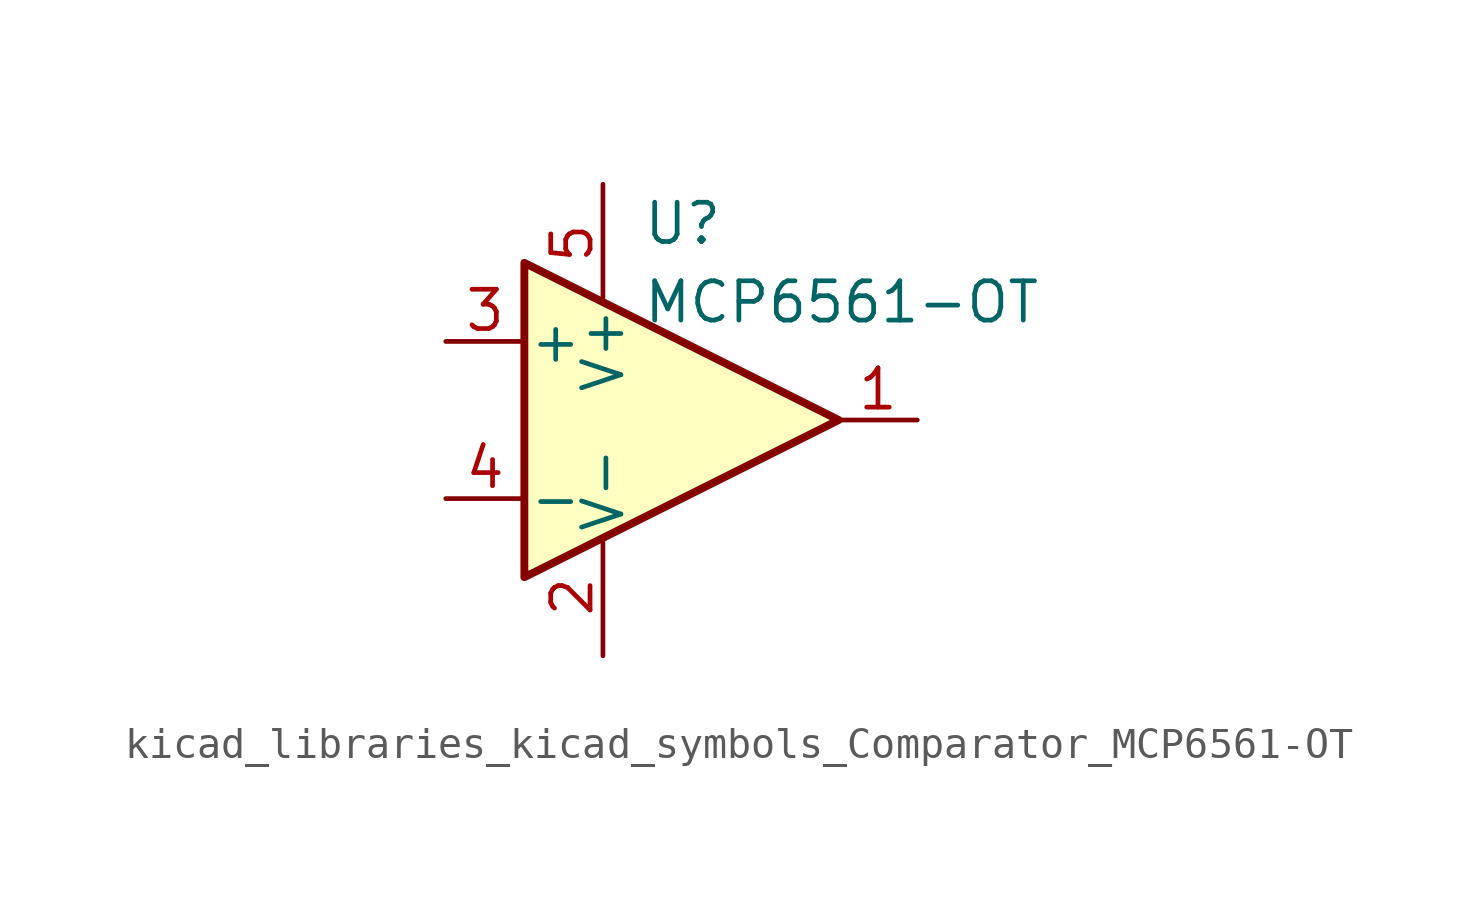
<source format=kicad_sym>
(kicad_symbol_lib
  (version 20220914)
  (generator kicad_symbol_editor)
  (symbol "kicad_libraries_kicad_symbols_Comparator_MCP6561-OT"
    (pin_names
      (offset 0.127))
    (property "Reference" "U"
      (at -1.27 6.35 0)
      (effects (font (size 1.27 1.27)) (justify left)))
    (property "Value" "MCP6561-OT"
      (at -1.27 3.81 0)
      (effects (font (size 1.27 1.27)) (justify left)))
    (symbol "kicad_libraries_kicad_symbols_Comparator_MCP6561-OT_0_1"
      (polyline (pts (xy -5.08 5.08) (xy 5.08 0) (xy -5.08 -5.08) (xy -5.08 5.08)) (stroke (width 0.254) (type default)) (fill (type background)))
      (pin power_in line (at -2.54 -7.62 90) (length 3.81) (name "V-" (effects (font (size 1.27 1.27)))) (number "2" (effects (font (size 1.27 1.27)))))
      (pin power_in line (at -2.54 7.62 270) (length 3.81) (name "V+" (effects (font (size 1.27 1.27)))) (number "5" (effects (font (size 1.27 1.27))))))
    (symbol "kicad_libraries_kicad_symbols_Comparator_MCP6561-OT_1_1"
      (pin output line (at 7.62 0 180) (length 2.54) (name "~" (effects (font (size 1.27 1.27)))) (number "1" (effects (font (size 1.27 1.27)))))
      (pin input line (at -7.62 2.54 0) (length 2.54) (name "+" (effects (font (size 1.27 1.27)))) (number "3" (effects (font (size 1.27 1.27)))))
      (pin input line (at -7.62 -2.54 0) (length 2.54) (name "-" (effects (font (size 1.27 1.27)))) (number "4" (effects (font (size 1.27 1.27))))))))
</source>
